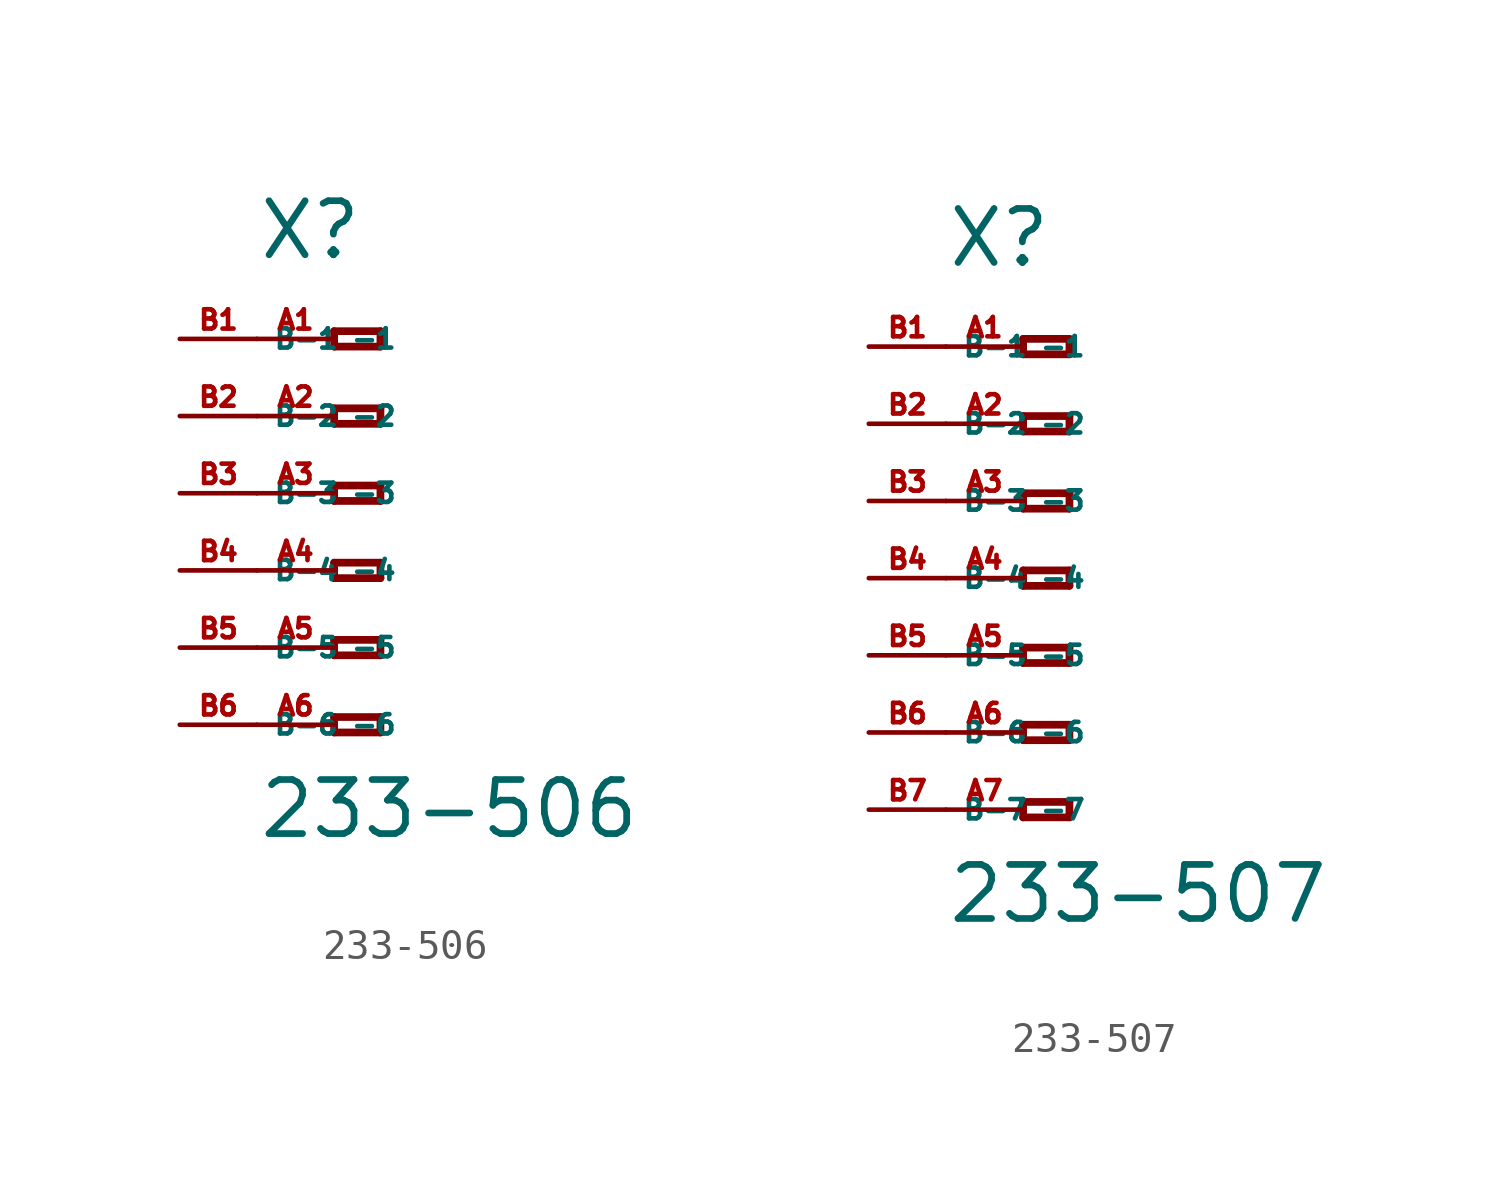
<source format=kicad_sym>
(kicad_symbol_lib
  (version 20220914)
  (generator Eagle2Kicad)
  (symbol "233-506"
    (property "Reference" "X"
      (at -5.08 7.62 0)
      (effects (font (size 1.778 1.778) (thickness 0.22)) (justify left bottom)))
    (property "Value" "233-506"
      (at -5.08 -11.43 0)
      (effects (font (size 1.778 1.778) (thickness 0.22)) (justify left bottom)))
    (polyline
      (pts (xy -2.54 5.334) (xy -2.54 4.826))
      (stroke (width 0.254) (type default))
      (fill (type none)))
    (polyline
      (pts (xy -2.54 4.826) (xy -1.016 4.826))
      (stroke (width 0.254) (type default))
      (fill (type none)))
    (polyline
      (pts (xy -1.016 4.826) (xy -1.016 5.334))
      (stroke (width 0.254) (type default))
      (fill (type none)))
    (polyline
      (pts (xy -1.016 5.334) (xy -2.54 5.334))
      (stroke (width 0.254) (type default))
      (fill (type none)))
    (polyline
      (pts (xy -2.54 2.794) (xy -2.54 2.286))
      (stroke (width 0.254) (type default))
      (fill (type none)))
    (polyline
      (pts (xy -2.54 2.286) (xy -1.016 2.286))
      (stroke (width 0.254) (type default))
      (fill (type none)))
    (polyline
      (pts (xy -1.016 2.286) (xy -1.016 2.794))
      (stroke (width 0.254) (type default))
      (fill (type none)))
    (polyline
      (pts (xy -1.016 2.794) (xy -2.54 2.794))
      (stroke (width 0.254) (type default))
      (fill (type none)))
    (polyline
      (pts (xy -2.54 0.254) (xy -2.54 -0.254))
      (stroke (width 0.254) (type default))
      (fill (type none)))
    (polyline
      (pts (xy -2.54 -0.254) (xy -1.016 -0.254))
      (stroke (width 0.254) (type default))
      (fill (type none)))
    (polyline
      (pts (xy -1.016 -0.254) (xy -1.016 0.254))
      (stroke (width 0.254) (type default))
      (fill (type none)))
    (polyline
      (pts (xy -1.016 0.254) (xy -2.54 0.254))
      (stroke (width 0.254) (type default))
      (fill (type none)))
    (polyline
      (pts (xy -2.54 -2.286) (xy -2.54 -2.794))
      (stroke (width 0.254) (type default))
      (fill (type none)))
    (polyline
      (pts (xy -2.54 -2.794) (xy -1.016 -2.794))
      (stroke (width 0.254) (type default))
      (fill (type none)))
    (polyline
      (pts (xy -1.016 -2.794) (xy -1.016 -2.286))
      (stroke (width 0.254) (type default))
      (fill (type none)))
    (polyline
      (pts (xy -1.016 -2.286) (xy -2.54 -2.286))
      (stroke (width 0.254) (type default))
      (fill (type none)))
    (polyline
      (pts (xy -2.54 -4.826) (xy -2.54 -5.334))
      (stroke (width 0.254) (type default))
      (fill (type none)))
    (polyline
      (pts (xy -2.54 -5.334) (xy -1.016 -5.334))
      (stroke (width 0.254) (type default))
      (fill (type none)))
    (polyline
      (pts (xy -1.016 -5.334) (xy -1.016 -4.826))
      (stroke (width 0.254) (type default))
      (fill (type none)))
    (polyline
      (pts (xy -1.016 -4.826) (xy -2.54 -4.826))
      (stroke (width 0.254) (type default))
      (fill (type none)))
    (polyline
      (pts (xy -2.54 -7.366) (xy -2.54 -7.874))
      (stroke (width 0.254) (type default))
      (fill (type none)))
    (polyline
      (pts (xy -2.54 -7.874) (xy -1.016 -7.874))
      (stroke (width 0.254) (type default))
      (fill (type none)))
    (polyline
      (pts (xy -1.016 -7.874) (xy -1.016 -7.366))
      (stroke (width 0.254) (type default))
      (fill (type none)))
    (polyline
      (pts (xy -1.016 -7.366) (xy -2.54 -7.366))
      (stroke (width 0.254) (type default))
      (fill (type none)))
    (pin passive line
      (at -5.08 5.08 0)
      (length 2.54)
      (name "-1" (effects (font (size 0.635 0.635) (thickness 0.08)) (justify left bottom)))
      (number "A1" (effects (font (size 0.635 0.635) (thickness 0.08)) (justify left bottom))))
    (pin passive line
      (at -5.08 2.54 0)
      (length 2.54)
      (name "-2" (effects (font (size 0.635 0.635) (thickness 0.08)) (justify left bottom)))
      (number "A2" (effects (font (size 0.635 0.635) (thickness 0.08)) (justify left bottom))))
    (pin passive line
      (at -5.08 0 0)
      (length 2.54)
      (name "-3" (effects (font (size 0.635 0.635) (thickness 0.08)) (justify left bottom)))
      (number "A3" (effects (font (size 0.635 0.635) (thickness 0.08)) (justify left bottom))))
    (pin passive line
      (at -5.08 -2.54 0)
      (length 2.54)
      (name "-4" (effects (font (size 0.635 0.635) (thickness 0.08)) (justify left bottom)))
      (number "A4" (effects (font (size 0.635 0.635) (thickness 0.08)) (justify left bottom))))
    (pin passive line
      (at -5.08 -5.08 0)
      (length 2.54)
      (name "-5" (effects (font (size 0.635 0.635) (thickness 0.08)) (justify left bottom)))
      (number "A5" (effects (font (size 0.635 0.635) (thickness 0.08)) (justify left bottom))))
    (pin passive line
      (at -5.08 -7.62 0)
      (length 2.54)
      (name "-6" (effects (font (size 0.635 0.635) (thickness 0.08)) (justify left bottom)))
      (number "A6" (effects (font (size 0.635 0.635) (thickness 0.08)) (justify left bottom))))
    (pin passive line
      (at -7.62 -7.62 0)
      (length 2.54)
      (name "B-6" (effects (font (size 0.635 0.635) (thickness 0.08)) (justify left bottom)))
      (number "B6" (effects (font (size 0.635 0.635) (thickness 0.08)) (justify left bottom))))
    (pin passive line
      (at -7.62 5.08 0)
      (length 2.54)
      (name "B-1" (effects (font (size 0.635 0.635) (thickness 0.08)) (justify left bottom)))
      (number "B1" (effects (font (size 0.635 0.635) (thickness 0.08)) (justify left bottom))))
    (pin passive line
      (at -7.62 2.54 0)
      (length 2.54)
      (name "B-2" (effects (font (size 0.635 0.635) (thickness 0.08)) (justify left bottom)))
      (number "B2" (effects (font (size 0.635 0.635) (thickness 0.08)) (justify left bottom))))
    (pin passive line
      (at -7.62 0 0)
      (length 2.54)
      (name "B-3" (effects (font (size 0.635 0.635) (thickness 0.08)) (justify left bottom)))
      (number "B3" (effects (font (size 0.635 0.635) (thickness 0.08)) (justify left bottom))))
    (pin passive line
      (at -7.62 -2.54 0)
      (length 2.54)
      (name "B-4" (effects (font (size 0.635 0.635) (thickness 0.08)) (justify left bottom)))
      (number "B4" (effects (font (size 0.635 0.635) (thickness 0.08)) (justify left bottom))))
    (pin passive line
      (at -7.62 -5.08 0)
      (length 2.54)
      (name "B-5" (effects (font (size 0.635 0.635) (thickness 0.08)) (justify left bottom)))
      (number "B5" (effects (font (size 0.635 0.635) (thickness 0.08)) (justify left bottom)))))
  (symbol "233-507"
    (property "Reference" "X"
      (at -5.08 10.16 0)
      (effects (font (size 1.778 1.778) (thickness 0.22)) (justify left bottom)))
    (property "Value" "233-507"
      (at -5.08 -11.43 0)
      (effects (font (size 1.778 1.778) (thickness 0.22)) (justify left bottom)))
    (polyline
      (pts (xy -2.54 7.874) (xy -2.54 7.366))
      (stroke (width 0.254) (type default))
      (fill (type none)))
    (polyline
      (pts (xy -2.54 7.366) (xy -1.016 7.366))
      (stroke (width 0.254) (type default))
      (fill (type none)))
    (polyline
      (pts (xy -1.016 7.366) (xy -1.016 7.874))
      (stroke (width 0.254) (type default))
      (fill (type none)))
    (polyline
      (pts (xy -1.016 7.874) (xy -2.54 7.874))
      (stroke (width 0.254) (type default))
      (fill (type none)))
    (polyline
      (pts (xy -2.54 5.334) (xy -2.54 4.826))
      (stroke (width 0.254) (type default))
      (fill (type none)))
    (polyline
      (pts (xy -2.54 4.826) (xy -1.016 4.826))
      (stroke (width 0.254) (type default))
      (fill (type none)))
    (polyline
      (pts (xy -1.016 4.826) (xy -1.016 5.334))
      (stroke (width 0.254) (type default))
      (fill (type none)))
    (polyline
      (pts (xy -1.016 5.334) (xy -2.54 5.334))
      (stroke (width 0.254) (type default))
      (fill (type none)))
    (polyline
      (pts (xy -2.54 2.794) (xy -2.54 2.286))
      (stroke (width 0.254) (type default))
      (fill (type none)))
    (polyline
      (pts (xy -2.54 2.286) (xy -1.016 2.286))
      (stroke (width 0.254) (type default))
      (fill (type none)))
    (polyline
      (pts (xy -1.016 2.286) (xy -1.016 2.794))
      (stroke (width 0.254) (type default))
      (fill (type none)))
    (polyline
      (pts (xy -1.016 2.794) (xy -2.54 2.794))
      (stroke (width 0.254) (type default))
      (fill (type none)))
    (polyline
      (pts (xy -2.54 0.254) (xy -2.54 -0.254))
      (stroke (width 0.254) (type default))
      (fill (type none)))
    (polyline
      (pts (xy -2.54 -0.254) (xy -1.016 -0.254))
      (stroke (width 0.254) (type default))
      (fill (type none)))
    (polyline
      (pts (xy -1.016 -0.254) (xy -1.016 0.254))
      (stroke (width 0.254) (type default))
      (fill (type none)))
    (polyline
      (pts (xy -1.016 0.254) (xy -2.54 0.254))
      (stroke (width 0.254) (type default))
      (fill (type none)))
    (polyline
      (pts (xy -2.54 -2.286) (xy -2.54 -2.794))
      (stroke (width 0.254) (type default))
      (fill (type none)))
    (polyline
      (pts (xy -2.54 -2.794) (xy -1.016 -2.794))
      (stroke (width 0.254) (type default))
      (fill (type none)))
    (polyline
      (pts (xy -1.016 -2.794) (xy -1.016 -2.286))
      (stroke (width 0.254) (type default))
      (fill (type none)))
    (polyline
      (pts (xy -1.016 -2.286) (xy -2.54 -2.286))
      (stroke (width 0.254) (type default))
      (fill (type none)))
    (polyline
      (pts (xy -2.54 -4.826) (xy -2.54 -5.334))
      (stroke (width 0.254) (type default))
      (fill (type none)))
    (polyline
      (pts (xy -2.54 -5.334) (xy -1.016 -5.334))
      (stroke (width 0.254) (type default))
      (fill (type none)))
    (polyline
      (pts (xy -1.016 -5.334) (xy -1.016 -4.826))
      (stroke (width 0.254) (type default))
      (fill (type none)))
    (polyline
      (pts (xy -1.016 -4.826) (xy -2.54 -4.826))
      (stroke (width 0.254) (type default))
      (fill (type none)))
    (polyline
      (pts (xy -2.54 -7.366) (xy -2.54 -7.874))
      (stroke (width 0.254) (type default))
      (fill (type none)))
    (polyline
      (pts (xy -2.54 -7.874) (xy -1.016 -7.874))
      (stroke (width 0.254) (type default))
      (fill (type none)))
    (polyline
      (pts (xy -1.016 -7.874) (xy -1.016 -7.366))
      (stroke (width 0.254) (type default))
      (fill (type none)))
    (polyline
      (pts (xy -1.016 -7.366) (xy -2.54 -7.366))
      (stroke (width 0.254) (type default))
      (fill (type none)))
    (pin passive line
      (at -5.08 7.62 0)
      (length 2.54)
      (name "-1" (effects (font (size 0.635 0.635) (thickness 0.08)) (justify left bottom)))
      (number "A1" (effects (font (size 0.635 0.635) (thickness 0.08)) (justify left bottom))))
    (pin passive line
      (at -5.08 5.08 0)
      (length 2.54)
      (name "-2" (effects (font (size 0.635 0.635) (thickness 0.08)) (justify left bottom)))
      (number "A2" (effects (font (size 0.635 0.635) (thickness 0.08)) (justify left bottom))))
    (pin passive line
      (at -5.08 2.54 0)
      (length 2.54)
      (name "-3" (effects (font (size 0.635 0.635) (thickness 0.08)) (justify left bottom)))
      (number "A3" (effects (font (size 0.635 0.635) (thickness 0.08)) (justify left bottom))))
    (pin passive line
      (at -5.08 0 0)
      (length 2.54)
      (name "-4" (effects (font (size 0.635 0.635) (thickness 0.08)) (justify left bottom)))
      (number "A4" (effects (font (size 0.635 0.635) (thickness 0.08)) (justify left bottom))))
    (pin passive line
      (at -5.08 -2.54 0)
      (length 2.54)
      (name "-5" (effects (font (size 0.635 0.635) (thickness 0.08)) (justify left bottom)))
      (number "A5" (effects (font (size 0.635 0.635) (thickness 0.08)) (justify left bottom))))
    (pin passive line
      (at -5.08 -5.08 0)
      (length 2.54)
      (name "-6" (effects (font (size 0.635 0.635) (thickness 0.08)) (justify left bottom)))
      (number "A6" (effects (font (size 0.635 0.635) (thickness 0.08)) (justify left bottom))))
    (pin passive line
      (at -5.08 -7.62 0)
      (length 2.54)
      (name "-7" (effects (font (size 0.635 0.635) (thickness 0.08)) (justify left bottom)))
      (number "A7" (effects (font (size 0.635 0.635) (thickness 0.08)) (justify left bottom))))
    (pin passive line
      (at -7.62 -7.62 0)
      (length 2.54)
      (name "B-7" (effects (font (size 0.635 0.635) (thickness 0.08)) (justify left bottom)))
      (number "B7" (effects (font (size 0.635 0.635) (thickness 0.08)) (justify left bottom))))
    (pin passive line
      (at -7.62 7.62 0)
      (length 2.54)
      (name "B-1" (effects (font (size 0.635 0.635) (thickness 0.08)) (justify left bottom)))
      (number "B1" (effects (font (size 0.635 0.635) (thickness 0.08)) (justify left bottom))))
    (pin passive line
      (at -7.62 5.08 0)
      (length 2.54)
      (name "B-2" (effects (font (size 0.635 0.635) (thickness 0.08)) (justify left bottom)))
      (number "B2" (effects (font (size 0.635 0.635) (thickness 0.08)) (justify left bottom))))
    (pin passive line
      (at -7.62 2.54 0)
      (length 2.54)
      (name "B-3" (effects (font (size 0.635 0.635) (thickness 0.08)) (justify left bottom)))
      (number "B3" (effects (font (size 0.635 0.635) (thickness 0.08)) (justify left bottom))))
    (pin passive line
      (at -7.62 0 0)
      (length 2.54)
      (name "B-4" (effects (font (size 0.635 0.635) (thickness 0.08)) (justify left bottom)))
      (number "B4" (effects (font (size 0.635 0.635) (thickness 0.08)) (justify left bottom))))
    (pin passive line
      (at -7.62 -2.54 0)
      (length 2.54)
      (name "B-5" (effects (font (size 0.635 0.635) (thickness 0.08)) (justify left bottom)))
      (number "B5" (effects (font (size 0.635 0.635) (thickness 0.08)) (justify left bottom))))
    (pin passive line
      (at -7.62 -5.08 0)
      (length 2.54)
      (name "B-6" (effects (font (size 0.635 0.635) (thickness 0.08)) (justify left bottom)))
      (number "B6" (effects (font (size 0.635 0.635) (thickness 0.08)) (justify left bottom))))))
</source>
